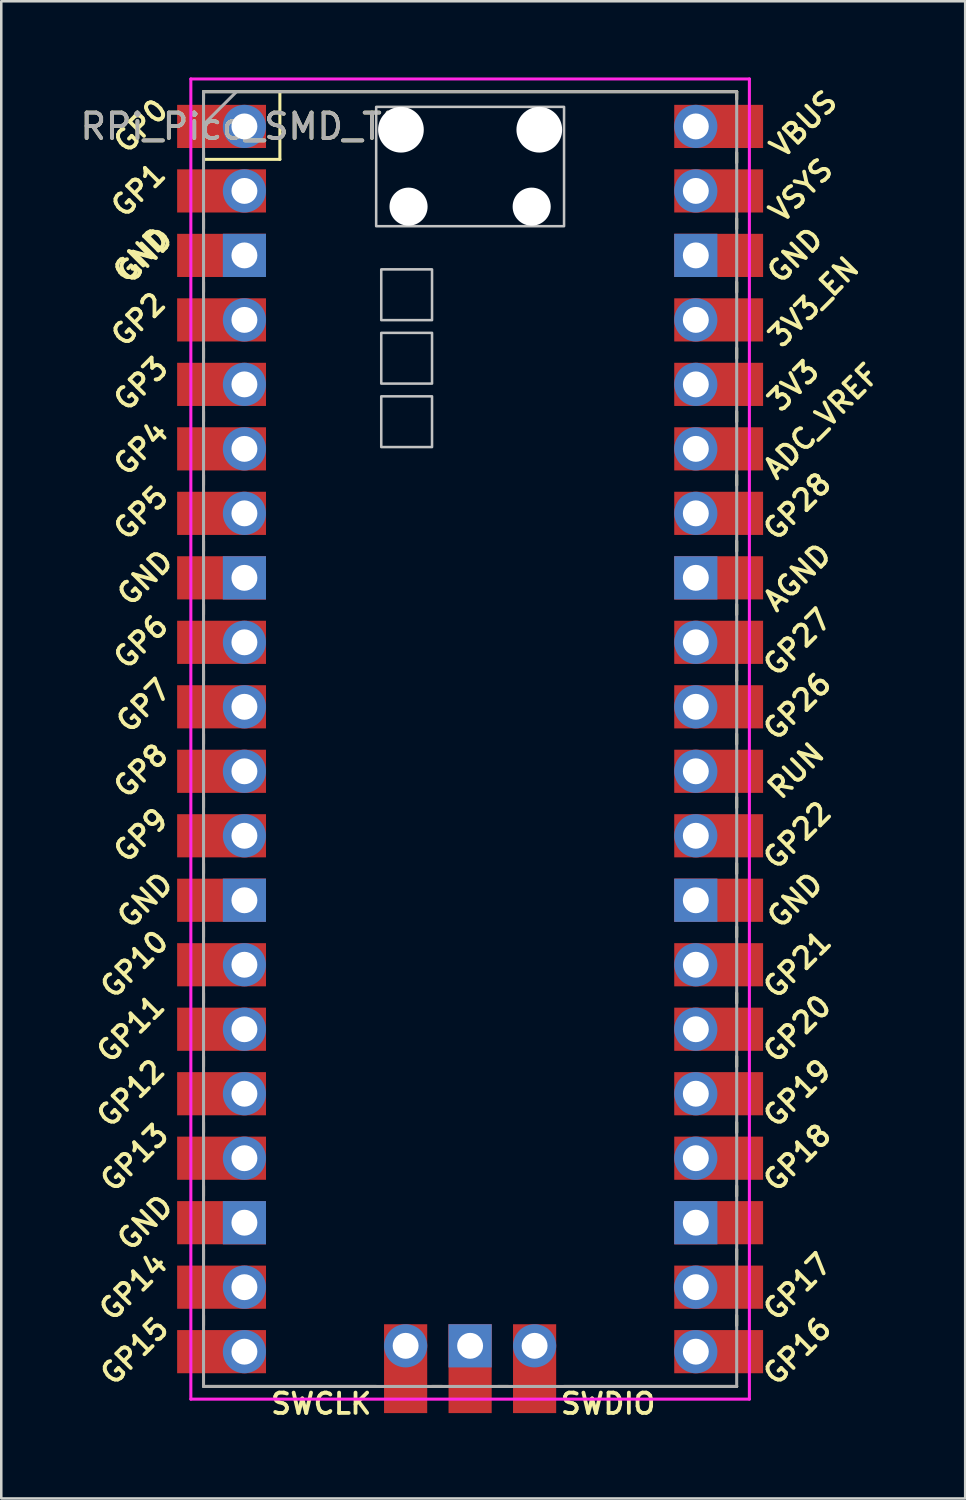
<source format=kicad_pcb>
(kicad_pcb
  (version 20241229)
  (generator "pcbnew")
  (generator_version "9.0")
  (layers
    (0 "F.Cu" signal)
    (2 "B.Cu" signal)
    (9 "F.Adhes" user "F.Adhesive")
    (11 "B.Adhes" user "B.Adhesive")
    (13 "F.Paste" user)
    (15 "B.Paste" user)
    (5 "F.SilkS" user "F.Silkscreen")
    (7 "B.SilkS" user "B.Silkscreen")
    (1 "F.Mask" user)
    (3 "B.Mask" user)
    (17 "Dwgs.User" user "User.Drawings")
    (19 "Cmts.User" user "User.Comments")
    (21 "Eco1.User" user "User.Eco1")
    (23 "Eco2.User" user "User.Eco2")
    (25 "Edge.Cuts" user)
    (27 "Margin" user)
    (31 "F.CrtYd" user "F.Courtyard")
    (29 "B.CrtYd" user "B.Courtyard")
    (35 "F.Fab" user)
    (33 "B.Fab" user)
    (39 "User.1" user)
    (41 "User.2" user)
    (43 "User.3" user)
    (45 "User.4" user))
  (footprint "RPi_Pico_SMD_TH"
    (layer "F.Cu")
    (at 6.577 1.93)
    (property "Reference" "RPi_Pico_SMD_TH" (at 0 0 0) (layer "F.SilkS") (effects (font (size 1 1) (thickness 0.15))))
    (attr through_hole)
    (fp_line (start -1.61 -1.37) (end -1.61 -1.07) (stroke (width 0.12) (type solid)) (layer "F.SilkS"))
    (fp_line (start -1.61 -1.37) (end 19.39 -1.37) (stroke (width 0.12) (type solid)) (layer "F.SilkS"))
    (fp_line (start -1.61 1.03) (end -1.61 1.43) (stroke (width 0.12) (type solid)) (layer "F.SilkS"))
    (fp_line (start -1.61 1.297) (end 1.397 1.297) (stroke (width 0.12) (type solid)) (layer "F.SilkS"))
    (fp_line (start -1.61 3.63) (end -1.61 4.03) (stroke (width 0.12) (type solid)) (layer "F.SilkS"))
    (fp_line (start -1.61 6.13) (end -1.61 6.53) (stroke (width 0.12) (type solid)) (layer "F.SilkS"))
    (fp_line (start -1.61 8.73) (end -1.61 9.13) (stroke (width 0.12) (type solid)) (layer "F.SilkS"))
    (fp_line (start -1.61 11.23) (end -1.61 11.63) (stroke (width 0.12) (type solid)) (layer "F.SilkS"))
    (fp_line (start -1.61 13.73) (end -1.61 14.13) (stroke (width 0.12) (type solid)) (layer "F.SilkS"))
    (fp_line (start -1.61 16.33) (end -1.61 16.73) (stroke (width 0.12) (type solid)) (layer "F.SilkS"))
    (fp_line (start -1.61 18.83) (end -1.61 19.23) (stroke (width 0.12) (type solid)) (layer "F.SilkS"))
    (fp_line (start -1.61 21.43) (end -1.61 21.83) (stroke (width 0.12) (type solid)) (layer "F.SilkS"))
    (fp_line (start -1.61 23.93) (end -1.61 24.33) (stroke (width 0.12) (type solid)) (layer "F.SilkS"))
    (fp_line (start -1.61 26.43) (end -1.61 26.83) (stroke (width 0.12) (type solid)) (layer "F.SilkS"))
    (fp_line (start -1.61 29.03) (end -1.61 29.43) (stroke (width 0.12) (type solid)) (layer "F.SilkS"))
    (fp_line (start -1.61 31.53) (end -1.61 31.93) (stroke (width 0.12) (type solid)) (layer "F.SilkS"))
    (fp_line (start -1.61 34.13) (end -1.61 34.53) (stroke (width 0.12) (type solid)) (layer "F.SilkS"))
    (fp_line (start -1.61 36.63) (end -1.61 37.03) (stroke (width 0.12) (type solid)) (layer "F.SilkS"))
    (fp_line (start -1.61 39.23) (end -1.61 39.63) (stroke (width 0.12) (type solid)) (layer "F.SilkS"))
    (fp_line (start -1.61 41.73) (end -1.61 42.13) (stroke (width 0.12) (type solid)) (layer "F.SilkS"))
    (fp_line (start -1.61 44.23) (end -1.61 44.63) (stroke (width 0.12) (type solid)) (layer "F.SilkS"))
    (fp_line (start -1.61 46.83) (end -1.61 47.23) (stroke (width 0.12) (type solid)) (layer "F.SilkS"))
    (fp_line (start 1.397 1.297) (end 1.397 -1.37) (stroke (width 0.12) (type solid)) (layer "F.SilkS"))
    (fp_line (start 5.19 49.63) (end -1.61 49.63) (stroke (width 0.12) (type solid)) (layer "F.SilkS"))
    (fp_line (start 7.39 49.63) (end 7.79 49.63) (stroke (width 0.12) (type solid)) (layer "F.SilkS"))
    (fp_line (start 9.99 49.63) (end 10.39 49.63) (stroke (width 0.12) (type solid)) (layer "F.SilkS"))
    (fp_line (start 19.39 -1.37) (end 19.39 -1.07) (stroke (width 0.12) (type solid)) (layer "F.SilkS"))
    (fp_line (start 19.39 1.03) (end 19.39 1.43) (stroke (width 0.12) (type solid)) (layer "F.SilkS"))
    (fp_line (start 19.39 3.63) (end 19.39 4.03) (stroke (width 0.12) (type solid)) (layer "F.SilkS"))
    (fp_line (start 19.39 6.13) (end 19.39 6.53) (stroke (width 0.12) (type solid)) (layer "F.SilkS"))
    (fp_line (start 19.39 8.73) (end 19.39 9.13) (stroke (width 0.12) (type solid)) (layer "F.SilkS"))
    (fp_line (start 19.39 11.23) (end 19.39 11.63) (stroke (width 0.12) (type solid)) (layer "F.SilkS"))
    (fp_line (start 19.39 13.73) (end 19.39 14.13) (stroke (width 0.12) (type solid)) (layer "F.SilkS"))
    (fp_line (start 19.39 16.33) (end 19.39 16.73) (stroke (width 0.12) (type solid)) (layer "F.SilkS"))
    (fp_line (start 19.39 18.83) (end 19.39 19.23) (stroke (width 0.12) (type solid)) (layer "F.SilkS"))
    (fp_line (start 19.39 21.43) (end 19.39 21.83) (stroke (width 0.12) (type solid)) (layer "F.SilkS"))
    (fp_line (start 19.39 23.93) (end 19.39 24.33) (stroke (width 0.12) (type solid)) (layer "F.SilkS"))
    (fp_line (start 19.39 26.43) (end 19.39 26.83) (stroke (width 0.12) (type solid)) (layer "F.SilkS"))
    (fp_line (start 19.39 29.03) (end 19.39 29.43) (stroke (width 0.12) (type solid)) (layer "F.SilkS"))
    (fp_line (start 19.39 31.53) (end 19.39 31.93) (stroke (width 0.12) (type solid)) (layer "F.SilkS"))
    (fp_line (start 19.39 34.13) (end 19.39 34.53) (stroke (width 0.12) (type solid)) (layer "F.SilkS"))
    (fp_line (start 19.39 36.63) (end 19.39 37.03) (stroke (width 0.12) (type solid)) (layer "F.SilkS"))
    (fp_line (start 19.39 39.23) (end 19.39 39.63) (stroke (width 0.12) (type solid)) (layer "F.SilkS"))
    (fp_line (start 19.39 41.73) (end 19.39 42.13) (stroke (width 0.12) (type solid)) (layer "F.SilkS"))
    (fp_line (start 19.39 44.23) (end 19.39 44.63) (stroke (width 0.12) (type solid)) (layer "F.SilkS"))
    (fp_line (start 19.39 46.83) (end 19.39 47.23) (stroke (width 0.12) (type solid)) (layer "F.SilkS"))
    (fp_line (start 19.39 49.63) (end 12.59 49.63) (stroke (width 0.12) (type solid)) (layer "F.SilkS"))
    (fp_poly (pts (xy 7.39 7.63) (xy 5.39 7.63) (xy 5.39 5.63) (xy 7.39 5.63)) (stroke (width 0.1) (type solid)) (fill no) (layer "Dwgs.User"))
    (fp_poly (pts (xy 7.39 10.13) (xy 5.39 10.13) (xy 5.39 8.13) (xy 7.39 8.13)) (stroke (width 0.1) (type solid)) (fill no) (layer "Dwgs.User"))
    (fp_poly (pts (xy 7.39 12.63) (xy 5.39 12.63) (xy 5.39 10.63) (xy 7.39 10.63)) (stroke (width 0.1) (type solid)) (fill no) (layer "Dwgs.User"))
    (fp_poly (pts (xy 12.59 3.93) (xy 5.19 3.93) (xy 5.19 -0.77) (xy 12.59 -0.77)) (stroke (width 0.1) (type solid)) (fill no) (layer "Dwgs.User"))
    (fp_line (start -2.11 -1.87) (end 19.89 -1.87) (stroke (width 0.12) (type solid)) (layer "F.CrtYd"))
    (fp_line (start -2.11 50.13) (end -2.11 -1.87) (stroke (width 0.12) (type solid)) (layer "F.CrtYd"))
    (fp_line (start 19.89 -1.87) (end 19.89 50.13) (stroke (width 0.12) (type solid)) (layer "F.CrtYd"))
    (fp_line (start 19.89 50.13) (end -2.11 50.13) (stroke (width 0.12) (type solid)) (layer "F.CrtYd"))
    (fp_line (start -1.61 -1.37) (end 19.39 -1.37) (stroke (width 0.12) (type solid)) (layer "F.Fab"))
    (fp_line (start -1.61 -0.07) (end -0.31 -1.37) (stroke (width 0.12) (type solid)) (layer "F.Fab"))
    (fp_line (start -1.61 49.63) (end -1.61 -1.37) (stroke (width 0.12) (type solid)) (layer "F.Fab"))
    (fp_line (start 19.39 -1.37) (end 19.39 49.63) (stroke (width 0.12) (type solid)) (layer "F.Fab"))
    (fp_line (start 19.39 49.63) (end -1.61 49.63) (stroke (width 0.12) (type solid)) (layer "F.Fab"))
    (fp_text user "GP20" (at 21.778 35.54 45) (layer "F.SilkS") (effects (font (size 0.8 0.8) (thickness 0.15))))
    (fp_text user "GP21" (at 21.778 33.01 45) (layer "F.SilkS") (effects (font (size 0.8 0.8) (thickness 0.15))))
    (fp_text user "GP15" (at -4.33 48.24 45) (layer "F.SilkS") (effects (font (size 0.8 0.8) (thickness 0.15))))
    (fp_text user "3V3" (at 21.624 10.21 45) (layer "F.SilkS") (effects (font (size 0.8 0.8) (thickness 0.15))))
    (fp_text user "GP10" (at -4.33 33 45) (layer "F.SilkS") (effects (font (size 0.8 0.8) (thickness 0.15))))
    (fp_text user "GP27" (at 21.778 20.31 45) (layer "F.SilkS") (effects (font (size 0.8 0.8) (thickness 0.15))))
    (fp_text user "GP8" (at -4.076 25.38 45) (layer "F.SilkS") (effects (font (size 0.8 0.8) (thickness 0.15))))
    (fp_text user "GND" (at -3.91 17.78 45) (layer "F.SilkS") (effects (font (size 0.8 0.8) (thickness 0.15))))
    (fp_text user "GP26" (at 21.778 22.84 45) (layer "F.SilkS") (effects (font (size 0.8 0.8) (thickness 0.15))))
    (fp_text user "GP11" (at -4.476 35.54 45) (layer "F.SilkS") (effects (font (size 0.8 0.8) (thickness 0.15))))
    (fp_text user "VSYS" (at 21.924 2.52 45) (layer "F.SilkS") (effects (font (size 0.8 0.8) (thickness 0.15))))
    (fp_text user "GP1" (at -4.176 2.51 45) (layer "F.SilkS") (effects (font (size 0.8 0.8) (thickness 0.15))))
    (fp_text user "GP19" (at 21.778 38.08 45) (layer "F.SilkS") (effects (font (size 0.8 0.8) (thickness 0.15))))
    (fp_text user "GP7" (at -3.976 22.81 45) (layer "F.SilkS") (effects (font (size 0.8 0.8) (thickness 0.15))))
    (fp_text user "GND" (at -3.91 30.48 45) (layer "F.SilkS") (effects (font (size 0.8 0.8) (thickness 0.15))))
    (fp_text user "GP3" (at -4.076 10.14 45) (layer "F.SilkS") (effects (font (size 0.8 0.8) (thickness 0.15))))
    (fp_text user "GND" (at 21.69 5.08 45) (layer "F.SilkS") (effects (font (size 0.8 0.8) (thickness 0.15))))
    (fp_text user "SWCLK" (at 3.024 50.31 0) (layer "F.SilkS") (effects (font (size 0.8 0.8) (thickness 0.15))))
    (fp_text user "GND" (at 21.69 30.48 45) (layer "F.SilkS") (effects (font (size 0.8 0.8) (thickness 0.15))))
    (fp_text user "SWDIO" (at 14.324 50.31 0) (layer "F.SilkS") (effects (font (size 0.8 0.8) (thickness 0.15))))
    (fp_text user "GP28" (at 21.778 14.966 45) (layer "F.SilkS") (effects (font (size 0.8 0.8) (thickness 0.15))))
    (fp_text user "GP13" (at -4.33 40.62 45) (layer "F.SilkS") (effects (font (size 0.8 0.8) (thickness 0.15))))
    (fp_text user "GP5" (at -4.076 15.22 45) (layer "F.SilkS") (effects (font (size 0.8 0.8) (thickness 0.15))))
    (fp_text user "GP4" (at -4.076 12.68 45) (layer "F.SilkS") (effects (font (size 0.8 0.8) (thickness 0.15))))
    (fp_text user "GP17" (at 21.778 45.7 45) (layer "F.SilkS") (effects (font (size 0.8 0.8) (thickness 0.15))))
    (fp_text user "GP22" (at 21.778 27.92 45) (layer "F.SilkS") (effects (font (size 0.8 0.8) (thickness 0.15))))
    (fp_text user "GP2" (at -4.176 7.6 45) (layer "F.SilkS") (effects (font (size 0.8 0.8) (thickness 0.15))))
    (fp_text user "3V3_EN" (at 22.424 6.91 45) (layer "F.SilkS") (effects (font (size 0.8 0.8) (thickness 0.15))))
    (fp_text user "ADC_VREF" (at 22.724 11.61 45) (layer "F.SilkS") (effects (font (size 0.8 0.8) (thickness 0.15))))
    (fp_text user "GND" (at -4.076 5.06 45) (layer "F.SilkS") (effects (font (size 0.8 0.8) (thickness 0.15))))
    (fp_text user "GND" (at -3.91 43.18 45) (layer "F.SilkS") (effects (font (size 0.8 0.8) (thickness 0.15))))
    (fp_text user "AGND" (at 21.778 17.76 45) (layer "F.SilkS") (effects (font (size 0.8 0.8) (thickness 0.15))))
    (fp_text user "VBUS" (at 22.024 -0.09 45) (layer "F.SilkS") (effects (font (size 0.8 0.8) (thickness 0.15))))
    (fp_text user "GP6" (at -4.076 20.3 45) (layer "F.SilkS") (effects (font (size 0.8 0.8) (thickness 0.15))))
    (fp_text user "GP14" (at -4.376 45.7 45) (layer "F.SilkS") (effects (font (size 0.8 0.8) (thickness 0.15))))
    (fp_text user "GP18" (at 21.778 40.62 45) (layer "F.SilkS") (effects (font (size 0.8 0.8) (thickness 0.15))))
    (fp_text user "GP0" (at -4.076 -0.02 45) (layer "F.SilkS") (effects (font (size 0.8 0.8) (thickness 0.15))))
    (fp_text user "RUN" (at 21.724 25.38 45) (layer "F.SilkS") (effects (font (size 0.8 0.8) (thickness 0.15))))
    (fp_text user "GP9" (at -4.076 27.92 45) (layer "F.SilkS") (effects (font (size 0.8 0.8) (thickness 0.15))))
    (fp_text user "GP12" (at -4.476 38.08 45) (layer "F.SilkS") (effects (font (size 0.8 0.8) (thickness 0.15))))
    (fp_text user "GP16" (at 21.778 48.24 45) (layer "F.SilkS") (effects (font (size 0.8 0.8) (thickness 0.15))))
    (fp_text user "GND" (at -3.91 5.08 45) (layer "F.SilkS") (effects (font (size 0.8 0.8) (thickness 0.15))))
    (fp_text user "${REFERENCE}" (at 0 0 180) (layer "F.Fab") (effects (font (size 1 1) (thickness 0.15))))
    (pad "" np_thru_hole oval (at 6.165 0.13) (size 1.8 1.8) (drill 1.8) (layers "*.Cu" "*.Mask"))
    (pad "" np_thru_hole oval (at 6.465 3.16) (size 1.5 1.5) (drill 1.5) (layers "*.Cu" "*.Mask"))
    (pad "" np_thru_hole oval (at 11.315 3.16) (size 1.5 1.5) (drill 1.5) (layers "*.Cu" "*.Mask"))
    (pad "" np_thru_hole oval (at 11.615 0.13) (size 1.8 1.8) (drill 1.8) (layers "*.Cu" "*.Mask"))
    (pad "1" thru_hole oval (at 0 0) (size 1.7 1.7) (drill 1.02) (layers "*.Cu" "*.Mask"))
    (pad "1" smd rect (at 0 0) (size 3.5 1.7) (drill (offset -0.9 0)) (layers "F.Cu" "F.Mask"))
    (pad "2" thru_hole oval (at 0 2.54) (size 1.7 1.7) (drill 1.02) (layers "*.Cu" "*.Mask"))
    (pad "2" smd rect (at 0 2.54) (size 3.5 1.7) (drill (offset -0.9 0)) (layers "F.Cu" "F.Mask"))
    (pad "3" thru_hole rect (at 0 5.08) (size 1.7 1.7) (drill 1.02) (layers "*.Cu" "*.Mask"))
    (pad "3" smd rect (at 0 5.08) (size 3.5 1.7) (drill (offset -0.9 0)) (layers "F.Cu" "F.Mask"))
    (pad "4" thru_hole oval (at 0 7.62) (size 1.7 1.7) (drill 1.02) (layers "*.Cu" "*.Mask"))
    (pad "4" smd rect (at 0 7.62) (size 3.5 1.7) (drill (offset -0.9 0)) (layers "F.Cu" "F.Mask"))
    (pad "5" thru_hole oval (at 0 10.16) (size 1.7 1.7) (drill 1.02) (layers "*.Cu" "*.Mask"))
    (pad "5" smd rect (at 0 10.16) (size 3.5 1.7) (drill (offset -0.9 0)) (layers "F.Cu" "F.Mask"))
    (pad "6" thru_hole oval (at 0 12.7) (size 1.7 1.7) (drill 1.02) (layers "*.Cu" "*.Mask"))
    (pad "6" smd rect (at 0 12.7) (size 3.5 1.7) (drill (offset -0.9 0)) (layers "F.Cu" "F.Mask"))
    (pad "7" thru_hole oval (at 0 15.24) (size 1.7 1.7) (drill 1.02) (layers "*.Cu" "*.Mask"))
    (pad "7" smd rect (at 0 15.24) (size 3.5 1.7) (drill (offset -0.9 0)) (layers "F.Cu" "F.Mask"))
    (pad "8" thru_hole rect (at 0 17.78) (size 1.7 1.7) (drill 1.02) (layers "*.Cu" "*.Mask"))
    (pad "8" smd rect (at 0 17.78) (size 3.5 1.7) (drill (offset -0.9 0)) (layers "F.Cu" "F.Mask"))
    (pad "9" thru_hole oval (at 0 20.32) (size 1.7 1.7) (drill 1.02) (layers "*.Cu" "*.Mask"))
    (pad "9" smd rect (at 0 20.32) (size 3.5 1.7) (drill (offset -0.9 0)) (layers "F.Cu" "F.Mask"))
    (pad "10" thru_hole oval (at 0 22.86) (size 1.7 1.7) (drill 1.02) (layers "*.Cu" "*.Mask"))
    (pad "10" smd rect (at 0 22.86) (size 3.5 1.7) (drill (offset -0.9 0)) (layers "F.Cu" "F.Mask"))
    (pad "11" thru_hole oval (at 0 25.4) (size 1.7 1.7) (drill 1.02) (layers "*.Cu" "*.Mask"))
    (pad "11" smd rect (at 0 25.4) (size 3.5 1.7) (drill (offset -0.9 0)) (layers "F.Cu" "F.Mask"))
    (pad "12" thru_hole oval (at 0 27.94) (size 1.7 1.7) (drill 1.02) (layers "*.Cu" "*.Mask"))
    (pad "12" smd rect (at 0 27.94) (size 3.5 1.7) (drill (offset -0.9 0)) (layers "F.Cu" "F.Mask"))
    (pad "13" thru_hole rect (at 0 30.48) (size 1.7 1.7) (drill 1.02) (layers "*.Cu" "*.Mask"))
    (pad "13" smd rect (at 0 30.48) (size 3.5 1.7) (drill (offset -0.9 0)) (layers "F.Cu" "F.Mask"))
    (pad "14" thru_hole oval (at 0 33.02) (size 1.7 1.7) (drill 1.02) (layers "*.Cu" "*.Mask"))
    (pad "14" smd rect (at 0 33.02) (size 3.5 1.7) (drill (offset -0.9 0)) (layers "F.Cu" "F.Mask"))
    (pad "15" thru_hole oval (at 0 35.56) (size 1.7 1.7) (drill 1.02) (layers "*.Cu" "*.Mask"))
    (pad "15" smd rect (at 0 35.56) (size 3.5 1.7) (drill (offset -0.9 0)) (layers "F.Cu" "F.Mask"))
    (pad "16" thru_hole oval (at 0 38.1) (size 1.7 1.7) (drill 1.02) (layers "*.Cu" "*.Mask"))
    (pad "16" smd rect (at 0 38.1) (size 3.5 1.7) (drill (offset -0.9 0)) (layers "F.Cu" "F.Mask"))
    (pad "17" thru_hole oval (at 0 40.64) (size 1.7 1.7) (drill 1.02) (layers "*.Cu" "*.Mask"))
    (pad "17" smd rect (at 0 40.64) (size 3.5 1.7) (drill (offset -0.9 0)) (layers "F.Cu" "F.Mask"))
    (pad "18" thru_hole rect (at 0 43.18) (size 1.7 1.7) (drill 1.02) (layers "*.Cu" "*.Mask"))
    (pad "18" smd rect (at 0 43.18) (size 3.5 1.7) (drill (offset -0.9 0)) (layers "F.Cu" "F.Mask"))
    (pad "19" thru_hole oval (at 0 45.72) (size 1.7 1.7) (drill 1.02) (layers "*.Cu" "*.Mask"))
    (pad "19" smd rect (at 0 45.72) (size 3.5 1.7) (drill (offset -0.9 0)) (layers "F.Cu" "F.Mask"))
    (pad "20" thru_hole oval (at 0 48.26) (size 1.7 1.7) (drill 1.02) (layers "*.Cu" "*.Mask"))
    (pad "20" smd rect (at 0 48.26) (size 3.5 1.7) (drill (offset -0.9 0)) (layers "F.Cu" "F.Mask"))
    (pad "21" thru_hole oval (at 17.78 48.26) (size 1.7 1.7) (drill 1.02) (layers "*.Cu" "*.Mask"))
    (pad "21" smd rect (at 17.78 48.26) (size 3.5 1.7) (drill (offset 0.9 0)) (layers "F.Cu" "F.Mask"))
    (pad "22" thru_hole oval (at 17.78 45.72) (size 1.7 1.7) (drill 1.02) (layers "*.Cu" "*.Mask"))
    (pad "22" smd rect (at 17.78 45.72) (size 3.5 1.7) (drill (offset 0.9 0)) (layers "F.Cu" "F.Mask"))
    (pad "23" thru_hole rect (at 17.78 43.18) (size 1.7 1.7) (drill 1.02) (layers "*.Cu" "*.Mask"))
    (pad "23" smd rect (at 17.78 43.18) (size 3.5 1.7) (drill (offset 0.9 0)) (layers "F.Cu" "F.Mask"))
    (pad "24" thru_hole oval (at 17.78 40.64) (size 1.7 1.7) (drill 1.02) (layers "*.Cu" "*.Mask"))
    (pad "24" smd rect (at 17.78 40.64) (size 3.5 1.7) (drill (offset 0.9 0)) (layers "F.Cu" "F.Mask"))
    (pad "25" thru_hole oval (at 17.78 38.1) (size 1.7 1.7) (drill 1.02) (layers "*.Cu" "*.Mask"))
    (pad "25" smd rect (at 17.78 38.1) (size 3.5 1.7) (drill (offset 0.9 0)) (layers "F.Cu" "F.Mask"))
    (pad "26" thru_hole oval (at 17.78 35.56) (size 1.7 1.7) (drill 1.02) (layers "*.Cu" "*.Mask"))
    (pad "26" smd rect (at 17.78 35.56) (size 3.5 1.7) (drill (offset 0.9 0)) (layers "F.Cu" "F.Mask"))
    (pad "27" thru_hole oval (at 17.78 33.02) (size 1.7 1.7) (drill 1.02) (layers "*.Cu" "*.Mask"))
    (pad "27" smd rect (at 17.78 33.02) (size 3.5 1.7) (drill (offset 0.9 0)) (layers "F.Cu" "F.Mask"))
    (pad "28" thru_hole rect (at 17.78 30.48) (size 1.7 1.7) (drill 1.02) (layers "*.Cu" "*.Mask"))
    (pad "28" smd rect (at 17.78 30.48) (size 3.5 1.7) (drill (offset 0.9 0)) (layers "F.Cu" "F.Mask"))
    (pad "29" thru_hole oval (at 17.78 27.94) (size 1.7 1.7) (drill 1.02) (layers "*.Cu" "*.Mask"))
    (pad "29" smd rect (at 17.78 27.94) (size 3.5 1.7) (drill (offset 0.9 0)) (layers "F.Cu" "F.Mask"))
    (pad "30" thru_hole oval (at 17.78 25.4) (size 1.7 1.7) (drill 1.02) (layers "*.Cu" "*.Mask"))
    (pad "30" smd rect (at 17.78 25.4) (size 3.5 1.7) (drill (offset 0.9 0)) (layers "F.Cu" "F.Mask"))
    (pad "31" thru_hole oval (at 17.78 22.86) (size 1.7 1.7) (drill 1.02) (layers "*.Cu" "*.Mask"))
    (pad "31" smd rect (at 17.78 22.86) (size 3.5 1.7) (drill (offset 0.9 0)) (layers "F.Cu" "F.Mask"))
    (pad "32" thru_hole oval (at 17.78 20.32) (size 1.7 1.7) (drill 1.02) (layers "*.Cu" "*.Mask"))
    (pad "32" smd rect (at 17.78 20.32) (size 3.5 1.7) (drill (offset 0.9 0)) (layers "F.Cu" "F.Mask"))
    (pad "33" thru_hole rect (at 17.78 17.78) (size 1.7 1.7) (drill 1.02) (layers "*.Cu" "*.Mask"))
    (pad "33" smd rect (at 17.78 17.78) (size 3.5 1.7) (drill (offset 0.9 0)) (layers "F.Cu" "F.Mask"))
    (pad "34" thru_hole oval (at 17.78 15.24) (size 1.7 1.7) (drill 1.02) (layers "*.Cu" "*.Mask"))
    (pad "34" smd rect (at 17.78 15.24) (size 3.5 1.7) (drill (offset 0.9 0)) (layers "F.Cu" "F.Mask"))
    (pad "35" thru_hole oval (at 17.78 12.7) (size 1.7 1.7) (drill 1.02) (layers "*.Cu" "*.Mask"))
    (pad "35" smd rect (at 17.78 12.7) (size 3.5 1.7) (drill (offset 0.9 0)) (layers "F.Cu" "F.Mask"))
    (pad "36" thru_hole oval (at 17.78 10.16) (size 1.7 1.7) (drill 1.02) (layers "*.Cu" "*.Mask"))
    (pad "36" smd rect (at 17.78 10.16) (size 3.5 1.7) (drill (offset 0.9 0)) (layers "F.Cu" "F.Mask"))
    (pad "37" thru_hole oval (at 17.78 7.62) (size 1.7 1.7) (drill 1.02) (layers "*.Cu" "*.Mask"))
    (pad "37" smd rect (at 17.78 7.62) (size 3.5 1.7) (drill (offset 0.9 0)) (layers "F.Cu" "F.Mask"))
    (pad "38" thru_hole rect (at 17.78 5.08) (size 1.7 1.7) (drill 1.02) (layers "*.Cu" "*.Mask"))
    (pad "38" smd rect (at 17.78 5.08) (size 3.5 1.7) (drill (offset 0.9 0)) (layers "F.Cu" "F.Mask"))
    (pad "39" thru_hole oval (at 17.78 2.54) (size 1.7 1.7) (drill 1.02) (layers "*.Cu" "*.Mask"))
    (pad "39" smd rect (at 17.78 2.54) (size 3.5 1.7) (drill (offset 0.9 0)) (layers "F.Cu" "F.Mask"))
    (pad "40" thru_hole oval (at 17.78 0) (size 1.7 1.7) (drill 1.02) (layers "*.Cu" "*.Mask"))
    (pad "40" smd rect (at 17.78 0) (size 3.5 1.7) (drill (offset 0.9 0)) (layers "F.Cu" "F.Mask"))
    (pad "41" thru_hole oval (at 6.35 48.03) (size 1.7 1.7) (drill 1.02) (layers "*.Cu" "*.Mask"))
    (pad "41" smd rect (at 6.35 48.03 90) (size 3.5 1.7) (drill (offset -0.9 0)) (layers "F.Cu" "F.Mask"))
    (pad "42" thru_hole rect (at 8.89 48.03) (size 1.7 1.7) (drill 1.02) (layers "*.Cu" "*.Mask"))
    (pad "42" smd rect (at 8.89 48.03 90) (size 3.5 1.7) (drill (offset -0.9 0)) (layers "F.Cu" "F.Mask"))
    (pad "43" thru_hole oval (at 11.43 48.03) (size 1.7 1.7) (drill 1.02) (layers "*.Cu" "*.Mask"))
    (pad "43" smd rect (at 11.43 48.03 90) (size 3.5 1.7) (drill (offset -0.9 0)) (layers "F.Cu" "F.Mask")))
  (gr_rect
    (start -3 -3)
    (end 34.968 55.971)
    (stroke (width 0.1) (type default))
    (fill no)
    (layer "Edge.Cuts")))
</source>
